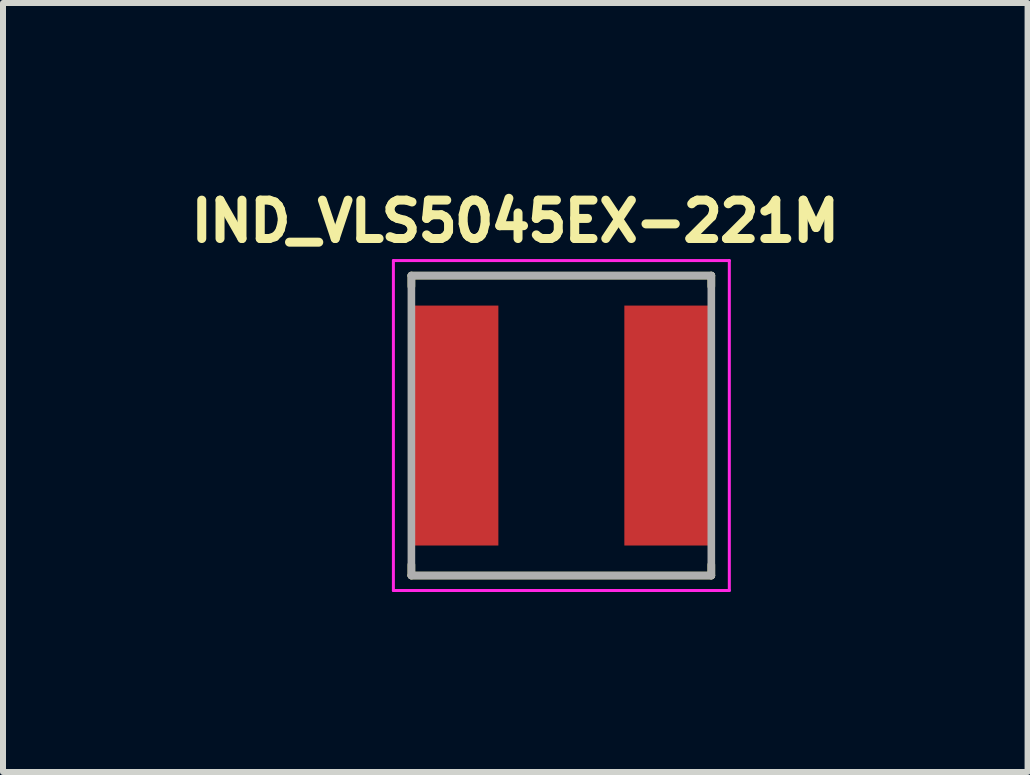
<source format=kicad_pcb>
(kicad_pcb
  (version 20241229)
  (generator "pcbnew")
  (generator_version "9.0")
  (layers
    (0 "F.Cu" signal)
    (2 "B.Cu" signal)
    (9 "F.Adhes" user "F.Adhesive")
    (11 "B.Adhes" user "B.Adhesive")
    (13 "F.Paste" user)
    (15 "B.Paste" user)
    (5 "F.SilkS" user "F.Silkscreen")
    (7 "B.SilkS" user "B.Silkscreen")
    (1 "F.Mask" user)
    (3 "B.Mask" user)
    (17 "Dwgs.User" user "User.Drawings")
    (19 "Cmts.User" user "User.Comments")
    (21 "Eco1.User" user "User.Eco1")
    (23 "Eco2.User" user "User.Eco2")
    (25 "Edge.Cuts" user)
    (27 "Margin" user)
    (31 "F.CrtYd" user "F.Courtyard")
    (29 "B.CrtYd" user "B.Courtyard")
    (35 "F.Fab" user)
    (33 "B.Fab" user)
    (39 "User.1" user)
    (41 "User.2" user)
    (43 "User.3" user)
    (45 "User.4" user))
  (footprint "IND_VLS5045EX-221M"
    (layer "F.Cu")
    (at 6.308 4.044)
    (property "Reference" "IND_VLS5045EX-221M" (at -0.768 -3.406 0) (layer "F.SilkS") (effects (font (size 0.64 0.64) (thickness 0.15))))
    (attr through_hole)
    (fp_line (start -2.5 -2.5) (end -2.5 -2.32) (stroke (width 0.127) (type solid)) (layer "F.SilkS"))
    (fp_line (start -2.5 -2.5) (end 2.5 -2.5) (stroke (width 0.127) (type solid)) (layer "F.SilkS"))
    (fp_line (start -2.5 2.5) (end -2.5 2.32) (stroke (width 0.127) (type solid)) (layer "F.SilkS"))
    (fp_line (start -2.5 2.5) (end 2.5 2.5) (stroke (width 0.127) (type solid)) (layer "F.SilkS"))
    (fp_line (start 2.5 -2.5) (end 2.5 -2.32) (stroke (width 0.127) (type solid)) (layer "F.SilkS"))
    (fp_line (start 2.5 2.5) (end 2.5 2.32) (stroke (width 0.127) (type solid)) (layer "F.SilkS"))
    (fp_line (start -2.8 -2.75) (end -2.8 2.75) (stroke (width 0.05) (type solid)) (layer "F.CrtYd"))
    (fp_line (start -2.8 2.75) (end 2.8 2.75) (stroke (width 0.05) (type solid)) (layer "F.CrtYd"))
    (fp_line (start 2.8 -2.75) (end -2.8 -2.75) (stroke (width 0.05) (type solid)) (layer "F.CrtYd"))
    (fp_line (start 2.8 2.75) (end 2.8 -2.75) (stroke (width 0.05) (type solid)) (layer "F.CrtYd"))
    (fp_line (start -2.5 -2.5) (end -2.5 2.5) (stroke (width 0.127) (type solid)) (layer "F.Fab"))
    (fp_line (start -2.5 -2.5) (end 2.5 -2.5) (stroke (width 0.127) (type solid)) (layer "F.Fab"))
    (fp_line (start -2.5 2.5) (end 2.5 2.5) (stroke (width 0.127) (type solid)) (layer "F.Fab"))
    (fp_line (start 2.5 -2.5) (end 2.5 2.5) (stroke (width 0.127) (type solid)) (layer "F.Fab"))
    (pad "1" smd rect (at -1.8 0) (size 1.5 4) (layers "F.Cu" "F.Mask" "F.Paste"))
    (pad "2" smd rect (at 1.8 0) (size 1.5 4) (layers "F.Cu" "F.Mask" "F.Paste")))
  (gr_rect
    (start -3 -3)
    (end 14.08 9.819)
    (stroke (width 0.1) (type default))
    (fill no)
    (layer "Edge.Cuts")))
</source>
